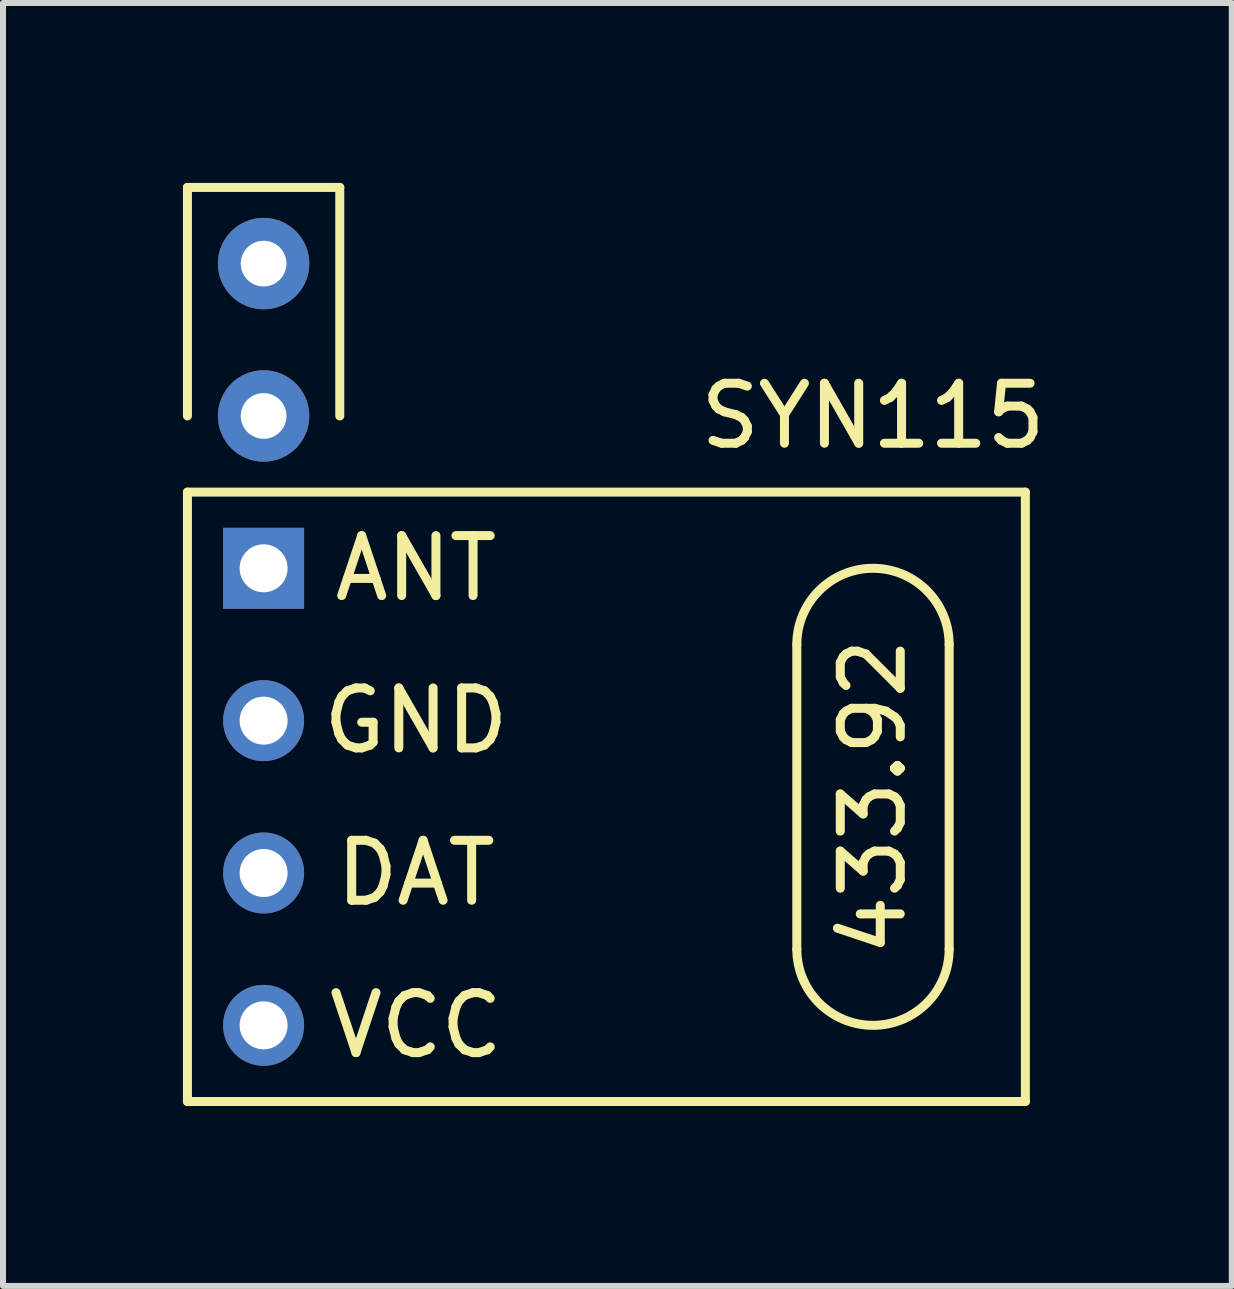
<source format=kicad_pcb>
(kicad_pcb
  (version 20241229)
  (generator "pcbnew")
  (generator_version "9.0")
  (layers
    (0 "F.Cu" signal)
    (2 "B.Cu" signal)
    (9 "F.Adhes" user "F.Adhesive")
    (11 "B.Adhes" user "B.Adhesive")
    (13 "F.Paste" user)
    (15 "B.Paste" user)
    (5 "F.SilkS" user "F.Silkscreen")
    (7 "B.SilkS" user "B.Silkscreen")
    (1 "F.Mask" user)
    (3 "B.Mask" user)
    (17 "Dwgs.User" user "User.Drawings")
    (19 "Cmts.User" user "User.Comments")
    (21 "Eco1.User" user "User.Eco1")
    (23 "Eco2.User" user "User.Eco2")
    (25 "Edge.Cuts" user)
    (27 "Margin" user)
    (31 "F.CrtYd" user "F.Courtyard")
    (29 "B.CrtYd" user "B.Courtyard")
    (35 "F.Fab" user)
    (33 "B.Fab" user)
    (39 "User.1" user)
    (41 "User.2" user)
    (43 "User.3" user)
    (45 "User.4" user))
  (footprint "SYN115"
    (layer "F.Cu")
    (at 1.345 8.965)
    (property "Reference" "SYN115" (at 10.16 -5.08 0) (layer "F.SilkS") (effects (font (size 1 1) (thickness 0.15))))
    (attr through_hole)
    (fp_line (start -1.27 -8.89) (end 1.27 -8.89) (stroke (width 0.15) (type solid)) (layer "F.SilkS"))
    (fp_line (start -1.27 -5.08) (end -1.27 -8.89) (stroke (width 0.15) (type solid)) (layer "F.SilkS"))
    (fp_line (start -1.27 -3.81) (end 12.7 -3.81) (stroke (width 0.15) (type solid)) (layer "F.SilkS"))
    (fp_line (start -1.27 6.35) (end -1.27 -3.81) (stroke (width 0.15) (type solid)) (layer "F.SilkS"))
    (fp_line (start 1.27 -8.89) (end 1.27 -5.08) (stroke (width 0.15) (type solid)) (layer "F.SilkS"))
    (fp_line (start 8.89 -1.27) (end 8.89 3.81) (stroke (width 0.15) (type solid)) (layer "F.SilkS"))
    (fp_line (start 11.43 -1.27) (end 11.43 3.81) (stroke (width 0.15) (type solid)) (layer "F.SilkS"))
    (fp_line (start 12.7 -3.81) (end 12.7 6.35) (stroke (width 0.15) (type solid)) (layer "F.SilkS"))
    (fp_line (start 12.7 6.35) (end -1.27 6.35) (stroke (width 0.15) (type solid)) (layer "F.SilkS"))
    (fp_arc (start 8.89 -1.27) (mid 10.16 -2.54) (end 11.43 -1.27) (stroke (width 0.15) (type solid)) (layer "F.SilkS"))
    (fp_arc (start 11.43 3.81) (mid 10.16 5.08) (end 8.89 3.81) (stroke (width 0.15) (type solid)) (layer "F.SilkS"))
    (fp_text user "DAT" (at 2.54 2.54 0) (layer "F.SilkS") (effects (font (size 1 1) (thickness 0.15))))
    (fp_text user "GND" (at 2.54 0 0) (layer "F.SilkS") (effects (font (size 1 1) (thickness 0.15))))
    (fp_text user "433.92" (at 10.16 1.27 90) (layer "F.SilkS") (effects (font (size 1 1) (thickness 0.15))))
    (fp_text user "ANT" (at 2.54 -2.54 0) (layer "F.SilkS") (effects (font (size 1 1) (thickness 0.15))))
    (fp_text user "VCC" (at 2.54 5.08 0) (layer "F.SilkS") (effects (font (size 1 1) (thickness 0.15))))
    (pad "1" thru_hole circle (at 0 -7.62) (size 1.524 1.524) (drill 0.762) (layers "*.Cu" "*.Mask"))
    (pad "1" thru_hole circle (at 0 -5.08) (size 1.524 1.524) (drill 0.762) (layers "*.Cu" "*.Mask"))
    (pad "1" thru_hole rect (at 0 -2.54) (size 1.35 1.35) (drill 0.8) (layers "*.Cu" "*.Mask"))
    (pad "2" thru_hole circle (at 0 0) (size 1.35 1.35) (drill 0.8) (layers "*.Cu" "*.Mask"))
    (pad "3" thru_hole circle (at 0 2.54) (size 1.35 1.35) (drill 0.8) (layers "*.Cu" "*.Mask"))
    (pad "4" thru_hole circle (at 0 5.08) (size 1.35 1.35) (drill 0.8) (layers "*.Cu" "*.Mask")))
  (gr_rect
    (start -3 -3)
    (end 17.487 18.39)
    (stroke (width 0.1) (type default))
    (fill no)
    (layer "Edge.Cuts")))
</source>
